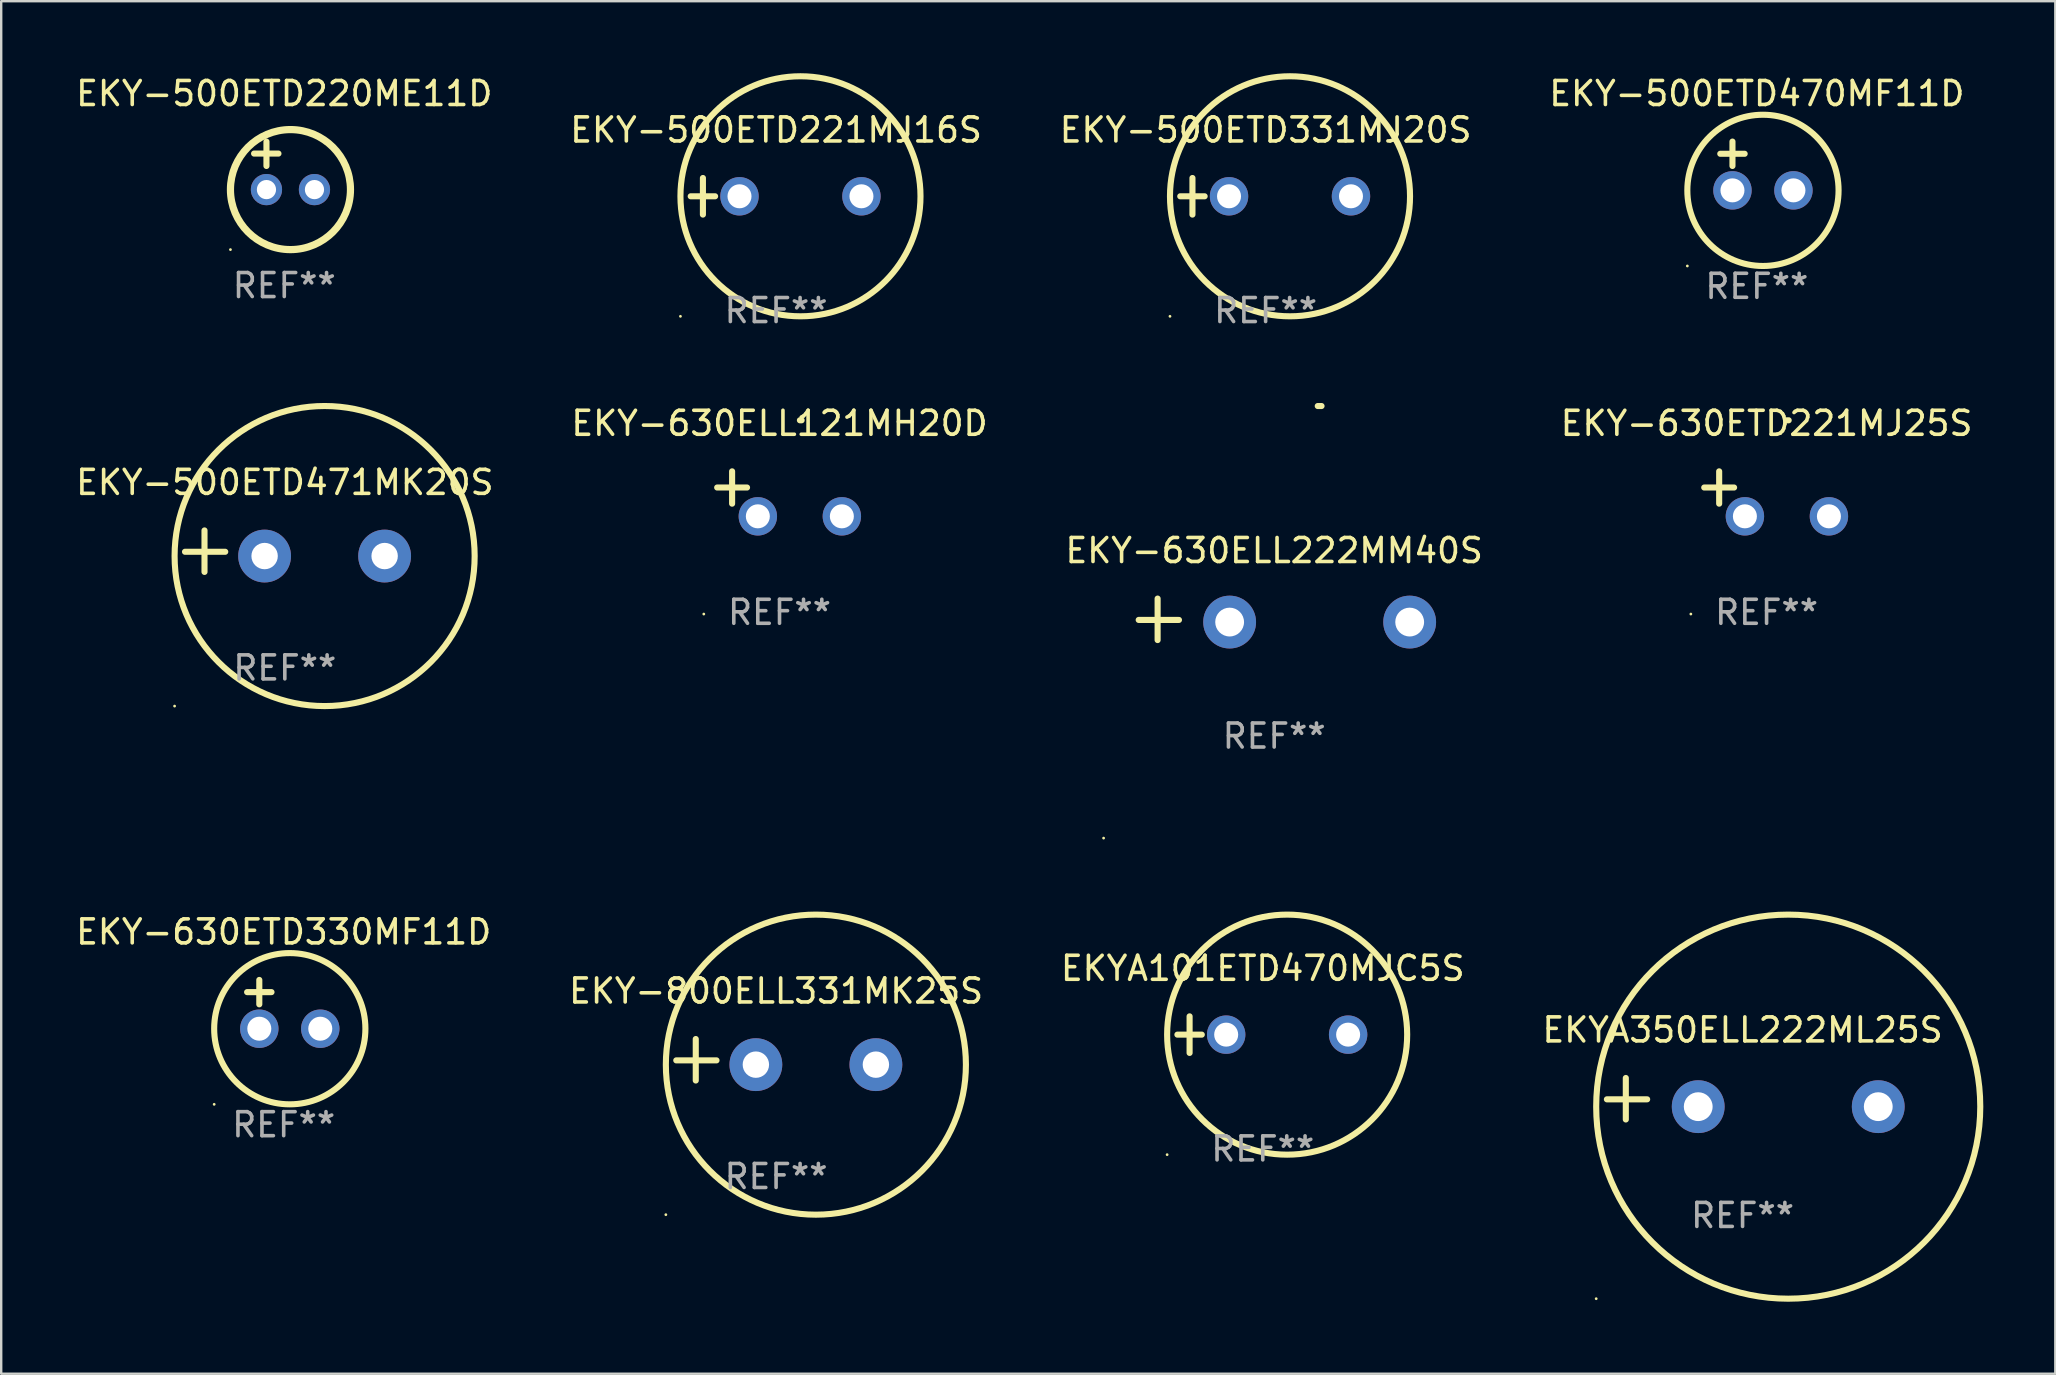
<source format=kicad_pcb>
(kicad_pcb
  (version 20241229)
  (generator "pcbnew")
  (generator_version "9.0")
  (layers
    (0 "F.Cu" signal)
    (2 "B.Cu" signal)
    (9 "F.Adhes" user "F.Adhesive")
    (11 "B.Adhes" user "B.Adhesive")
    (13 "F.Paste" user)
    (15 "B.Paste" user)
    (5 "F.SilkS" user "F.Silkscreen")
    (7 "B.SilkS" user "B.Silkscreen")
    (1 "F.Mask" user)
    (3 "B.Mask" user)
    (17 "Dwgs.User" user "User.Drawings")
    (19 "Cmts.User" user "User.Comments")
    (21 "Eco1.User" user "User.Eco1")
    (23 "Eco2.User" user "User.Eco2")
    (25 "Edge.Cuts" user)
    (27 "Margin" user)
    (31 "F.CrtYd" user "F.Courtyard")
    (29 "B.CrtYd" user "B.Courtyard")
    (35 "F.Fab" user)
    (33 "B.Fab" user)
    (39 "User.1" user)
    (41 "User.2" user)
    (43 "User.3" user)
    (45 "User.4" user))
  (footprint "EKY-500ETD221MJ16S"
    (layer "F.Cu")
    (at 29.28 5.127)
    (property "Reference" "EKY-500ETD221MJ16S" (at 0 -2.762 0) (layer "F.SilkS") (effects (font (size 1 1) (thickness 0.15))))
    (attr through_hole)
    (fp_line (start -3.556 0) (end -2.54 0) (stroke (width 0.254) (type solid)) (layer "F.SilkS"))
    (fp_line (start -3.048 -0.762) (end -3.048 0.762) (stroke (width 0.254) (type solid)) (layer "F.SilkS"))
    (fp_circle (center -3.984 5) (end -3.954 5) (stroke (width 0.06) (type solid)) (fill no) (layer "F.SilkS"))
    (fp_circle (center 1.016 0) (end 6.016 0) (stroke (width 0.254) (type solid)) (fill no) (layer "F.SilkS"))
    (fp_text user "REF**" (at 0 4.762 0) (layer "F.Fab") (effects (font (size 1 1) (thickness 0.15))))
    (pad "1" thru_hole circle (at -1.524 0) (size 1.6 1.6) (drill 1) (layers "*.Cu" "*.Mask"))
    (pad "2" thru_hole circle (at 3.556 0) (size 1.6 1.6) (drill 1) (layers "*.Cu" "*.Mask")))
  (footprint "EKY-500ETD331MJ20S"
    (layer "F.Cu")
    (at 49.673 5.127)
    (property "Reference" "EKY-500ETD331MJ20S" (at 0 -2.762 0) (layer "F.SilkS") (effects (font (size 1 1) (thickness 0.15))))
    (attr through_hole)
    (fp_line (start -3.556 0) (end -2.54 0) (stroke (width 0.254) (type solid)) (layer "F.SilkS"))
    (fp_line (start -3.048 -0.762) (end -3.048 0.762) (stroke (width 0.254) (type solid)) (layer "F.SilkS"))
    (fp_circle (center -3.984 5) (end -3.954 5) (stroke (width 0.06) (type solid)) (fill no) (layer "F.SilkS"))
    (fp_circle (center 1.016 0) (end 6.016 0) (stroke (width 0.254) (type solid)) (fill no) (layer "F.SilkS"))
    (fp_text user "REF**" (at 0 4.762 0) (layer "F.Fab") (effects (font (size 1 1) (thickness 0.15))))
    (pad "1" thru_hole circle (at -1.524 0) (size 1.6 1.6) (drill 1) (layers "*.Cu" "*.Mask"))
    (pad "2" thru_hole circle (at 3.556 0) (size 1.6 1.6) (drill 1) (layers "*.Cu" "*.Mask")))
  (footprint "EKYA350ELL222ML25S"
    (layer "F.Cu")
    (at 69.542 42.721)
    (property "Reference" "EKYA350ELL222ML25S" (at 0 -2.864 0) (layer "F.SilkS") (effects (font (size 1 1) (thickness 0.15))))
    (attr through_hole)
    (fp_line (start -4.864 0.864) (end -4.864 -0.864) (stroke (width 0.254) (type solid)) (layer "F.SilkS"))
    (fp_line (start -3.975 0.025) (end -5.652 0.025) (stroke (width 0.254) (type solid)) (layer "F.SilkS"))
    (fp_circle (center -6.098 8.33) (end -6.068 8.33) (stroke (width 0.06) (type solid)) (fill no) (layer "F.SilkS"))
    (fp_circle (center 1.902 0.33) (end 9.902 0.33) (stroke (width 0.254) (type solid)) (fill no) (layer "F.SilkS"))
    (fp_text user "REF**" (at 0 4.864 0) (layer "F.Fab") (effects (font (size 1 1) (thickness 0.15))))
    (pad "1" thru_hole circle (at -1.848 0.33) (size 2.2 2.2) (drill 1.2) (layers "*.Cu" "*.Mask"))
    (pad "2" thru_hole circle (at 5.652 0.33) (size 2.2 2.2) (drill 1.2) (layers "*.Cu" "*.Mask")))
  (footprint "EKYA101ETD470MJC5S"
    (layer "F.Cu")
    (at 49.554 40.051)
    (property "Reference" "EKYA101ETD470MJC5S" (at 0 -2.762 0) (layer "F.SilkS") (effects (font (size 1 1) (thickness 0.15))))
    (attr through_hole)
    (fp_line (start -3.556 0) (end -2.54 0) (stroke (width 0.254) (type solid)) (layer "F.SilkS"))
    (fp_line (start -3.048 -0.762) (end -3.048 0.762) (stroke (width 0.254) (type solid)) (layer "F.SilkS"))
    (fp_circle (center -3.984 5) (end -3.954 5) (stroke (width 0.06) (type solid)) (fill no) (layer "F.SilkS"))
    (fp_circle (center 1.016 0) (end 6.016 0) (stroke (width 0.254) (type solid)) (fill no) (layer "F.SilkS"))
    (fp_text user "REF**" (at 0 4.762 0) (layer "F.Fab") (effects (font (size 1 1) (thickness 0.15))))
    (pad "1" thru_hole circle (at -1.524 0) (size 1.6 1.6) (drill 1) (layers "*.Cu" "*.Mask"))
    (pad "2" thru_hole circle (at 3.556 0) (size 1.6 1.6) (drill 1) (layers "*.Cu" "*.Mask")))
  (footprint "EKY-500ETD471MK20S"
    (layer "F.Cu")
    (at 8.815 19.911)
    (property "Reference" "EKY-500ETD471MK20S" (at 0 -2.864 0) (layer "F.SilkS") (effects (font (size 1 1) (thickness 0.15))))
    (attr through_hole)
    (fp_line (start -3.346 0.864) (end -3.346 -0.864) (stroke (width 0.254) (type solid)) (layer "F.SilkS"))
    (fp_line (start -2.482 0.025) (end -4.158 0.025) (stroke (width 0.254) (type solid)) (layer "F.SilkS"))
    (fp_circle (center -4.592 6.453) (end -4.562 6.453) (stroke (width 0.06) (type solid)) (fill no) (layer "F.SilkS"))
    (fp_circle (center 1.658 0.203) (end 7.908 0.203) (stroke (width 0.254) (type solid)) (fill no) (layer "F.SilkS"))
    (fp_text user "REF**" (at 0 4.864 0) (layer "F.Fab") (effects (font (size 1 1) (thickness 0.15))))
    (pad "1" thru_hole circle (at -0.842 0.203) (size 2.2 2.2) (drill 1.1) (layers "*.Cu" "*.Mask"))
    (pad "2" thru_hole circle (at 4.158 0.203) (size 2.2 2.2) (drill 1.1) (layers "*.Cu" "*.Mask")))
  (footprint "EKY-800ELL331MK25S"
    (layer "F.Cu")
    (at 29.28 41.098)
    (property "Reference" "EKY-800ELL331MK25S" (at 0 -2.864 0) (layer "F.SilkS") (effects (font (size 1 1) (thickness 0.15))))
    (attr through_hole)
    (fp_line (start -3.346 0.864) (end -3.346 -0.864) (stroke (width 0.254) (type solid)) (layer "F.SilkS"))
    (fp_line (start -2.482 0.025) (end -4.158 0.025) (stroke (width 0.254) (type solid)) (layer "F.SilkS"))
    (fp_circle (center -4.592 6.453) (end -4.562 6.453) (stroke (width 0.06) (type solid)) (fill no) (layer "F.SilkS"))
    (fp_circle (center 1.658 0.203) (end 7.908 0.203) (stroke (width 0.254) (type solid)) (fill no) (layer "F.SilkS"))
    (fp_text user "REF**" (at 0 4.864 0) (layer "F.Fab") (effects (font (size 1 1) (thickness 0.15))))
    (pad "1" thru_hole circle (at -0.842 0.203) (size 2.2 2.2) (drill 1.1) (layers "*.Cu" "*.Mask"))
    (pad "2" thru_hole circle (at 4.158 0.203) (size 2.2 2.2) (drill 1.1) (layers "*.Cu" "*.Mask")))
  (footprint "EKY-500ETD470MF11D"
    (layer "F.Cu")
    (at 70.137 3.864)
    (property "Reference" "EKY-500ETD470MF11D" (at 0 -3.016 0) (layer "F.SilkS") (effects (font (size 1 1) (thickness 0.15))))
    (attr through_hole)
    (fp_line (start -1.524 -0.508) (end -0.508 -0.508) (stroke (width 0.254) (type solid)) (layer "F.SilkS"))
    (fp_line (start -1.016 -1.016) (end -1.016 0) (stroke (width 0.254) (type solid)) (layer "F.SilkS"))
    (fp_circle (center -2.896 4.166) (end -2.866 4.166) (stroke (width 0.06) (type solid)) (fill no) (layer "F.SilkS"))
    (fp_circle (center 0.254 1.016) (end 3.404 1.016) (stroke (width 0.254) (type solid)) (fill no) (layer "F.SilkS"))
    (fp_text user "REF**" (at 0 5.016 0) (layer "F.Fab") (effects (font (size 1 1) (thickness 0.15))))
    (pad "1" thru_hole circle (at -1.016 1.016) (size 1.6 1.6) (drill 1) (layers "*.Cu" "*.Mask"))
    (pad "2" thru_hole circle (at 1.524 1.016) (size 1.6 1.6) (drill 1) (layers "*.Cu" "*.Mask")))
  (footprint "EKY-630ELL222MM40S"
    (layer "F.Cu")
    (at 50.03 22.75)
    (property "Reference" "EKY-630ELL222MM40S" (at 0 -2.864 0) (layer "F.SilkS") (effects (font (size 1 1) (thickness 0.15))))
    (attr through_hole)
    (fp_line (start -4.856 0.864) (end -4.856 -0.864) (stroke (width 0.254) (type solid)) (layer "F.SilkS"))
    (fp_line (start -3.967 0.025) (end -5.644 0.025) (stroke (width 0.254) (type solid)) (layer "F.SilkS"))
    (fp_arc (start 1.815024 -8.885649) (mid 1.893764 -8.88599) (end 1.972504 -8.885649) (stroke (width 0.254001) (type solid)) (layer "F.SilkS"))
    (fp_circle (center -7.106 9.114) (end -7.076 9.114) (stroke (width 0.06) (type solid)) (fill no) (layer "F.SilkS"))
    (fp_text user "REF**" (at 0 4.864 0) (layer "F.Fab") (effects (font (size 1 1) (thickness 0.15))))
    (pad "1" thru_hole circle (at -1.856 0.114) (size 2.2 2.2) (drill 1.2) (layers "*.Cu" "*.Mask"))
    (pad "2" thru_hole circle (at 5.644 0.114) (size 2.2 2.2) (drill 1.2) (layers "*.Cu" "*.Mask")))
  (footprint "EKY-630ETD330MF11D"
    (layer "F.Cu")
    (at 8.768 38.788)
    (property "Reference" "EKY-630ETD330MF11D" (at 0 -3.016 0) (layer "F.SilkS") (effects (font (size 1 1) (thickness 0.15))))
    (attr through_hole)
    (fp_line (start -1.524 -0.508) (end -0.508 -0.508) (stroke (width 0.254) (type solid)) (layer "F.SilkS"))
    (fp_line (start -1.016 -1.016) (end -1.016 0) (stroke (width 0.254) (type solid)) (layer "F.SilkS"))
    (fp_circle (center -2.896 4.166) (end -2.866 4.166) (stroke (width 0.06) (type solid)) (fill no) (layer "F.SilkS"))
    (fp_circle (center 0.254 1.016) (end 3.404 1.016) (stroke (width 0.254) (type solid)) (fill no) (layer "F.SilkS"))
    (fp_text user "REF**" (at 0 5.016 0) (layer "F.Fab") (effects (font (size 1 1) (thickness 0.15))))
    (pad "1" thru_hole circle (at -1.016 1.016) (size 1.6 1.6) (drill 1) (layers "*.Cu" "*.Mask"))
    (pad "2" thru_hole circle (at 1.524 1.016) (size 1.6 1.6) (drill 1) (layers "*.Cu" "*.Mask")))
  (footprint "EKY-630ELL121MH20D"
    (layer "F.Cu")
    (at 29.423 17.522)
    (property "Reference" "EKY-630ELL121MH20D" (at 0 -2.937 0) (layer "F.SilkS") (effects (font (size 1 1) (thickness 0.15))))
    (attr through_hole)
    (fp_line (start -1.975 0.41) (end -1.975 -0.937) (stroke (width 0.254) (type solid)) (layer "F.SilkS"))
    (fp_line (start -1.353 -0.263) (end -2.597 -0.263) (stroke (width 0.254) (type solid)) (layer "F.SilkS"))
    (fp_arc (start 0.849809 -3.063957) (mid 0.885369 -3.064114) (end 0.920929 -3.063957) (stroke (width 0.254001) (type solid)) (layer "F.SilkS"))
    (fp_circle (center -3.154 5.008) (end -3.124 5.008) (stroke (width 0.06) (type solid)) (fill no) (layer "F.SilkS"))
    (fp_text user "REF**" (at 0 4.937 0) (layer "F.Fab") (effects (font (size 1 1) (thickness 0.15))))
    (pad "1" thru_hole circle (at -0.903 0.937) (size 1.6 1.6) (drill 1) (layers "*.Cu" "*.Mask"))
    (pad "2" thru_hole circle (at 2.597 0.937) (size 1.6 1.6) (drill 1) (layers "*.Cu" "*.Mask")))
  (footprint "EKY-500ETD220ME11D"
    (layer "F.Cu")
    (at 8.792 3.848)
    (property "Reference" "EKY-500ETD220ME11D" (at 0 -3 0) (layer "F.SilkS") (effects (font (size 1 1) (thickness 0.15))))
    (attr through_hole)
    (fp_line (start -1.258 -0.5) (end -0.242 -0.5) (stroke (width 0.254) (type solid)) (layer "F.SilkS"))
    (fp_line (start -0.742 -1) (end -0.742 0.016) (stroke (width 0.254) (type solid)) (layer "F.SilkS"))
    (fp_circle (center -2.242 3.5) (end -2.212 3.5) (stroke (width 0.06) (type solid)) (fill no) (layer "F.SilkS"))
    (fp_circle (center 0.258 1) (end 2.758 1) (stroke (width 0.3) (type solid)) (fill no) (layer "F.SilkS"))
    (fp_text user "REF**" (at 0 5 0) (layer "F.Fab") (effects (font (size 1 1) (thickness 0.15))))
    (pad "1" thru_hole circle (at -0.742 1) (size 1.3 1.3) (drill 0.8) (layers "*.Cu" "*.Mask"))
    (pad "2" thru_hole circle (at 1.258 1) (size 1.3 1.3) (drill 0.8) (layers "*.Cu" "*.Mask")))
  (footprint "EKY-630ETD221MJ25S"
    (layer "F.Cu")
    (at 70.542 17.522)
    (property "Reference" "EKY-630ETD221MJ25S" (at 0 -2.937 0) (layer "F.SilkS") (effects (font (size 1 1) (thickness 0.15))))
    (attr through_hole)
    (fp_line (start -1.975 0.41) (end -1.975 -0.937) (stroke (width 0.254) (type solid)) (layer "F.SilkS"))
    (fp_line (start -1.353 -0.263) (end -2.597 -0.263) (stroke (width 0.254) (type solid)) (layer "F.SilkS"))
    (fp_arc (start 0.849809 -3.063957) (mid 0.885369 -3.064114) (end 0.920929 -3.063957) (stroke (width 0.254001) (type solid)) (layer "F.SilkS"))
    (fp_circle (center -3.154 5.008) (end -3.124 5.008) (stroke (width 0.06) (type solid)) (fill no) (layer "F.SilkS"))
    (fp_text user "REF**" (at 0 4.937 0) (layer "F.Fab") (effects (font (size 1 1) (thickness 0.15))))
    (pad "1" thru_hole circle (at -0.903 0.937) (size 1.6 1.6) (drill 1) (layers "*.Cu" "*.Mask"))
    (pad "2" thru_hole circle (at 2.597 0.937) (size 1.6 1.6) (drill 1) (layers "*.Cu" "*.Mask")))
  (gr_rect
    (start -3 -3)
    (end 82.57 54.178)
    (stroke (width 0.1) (type default))
    (fill no)
    (layer "Edge.Cuts")))
</source>
